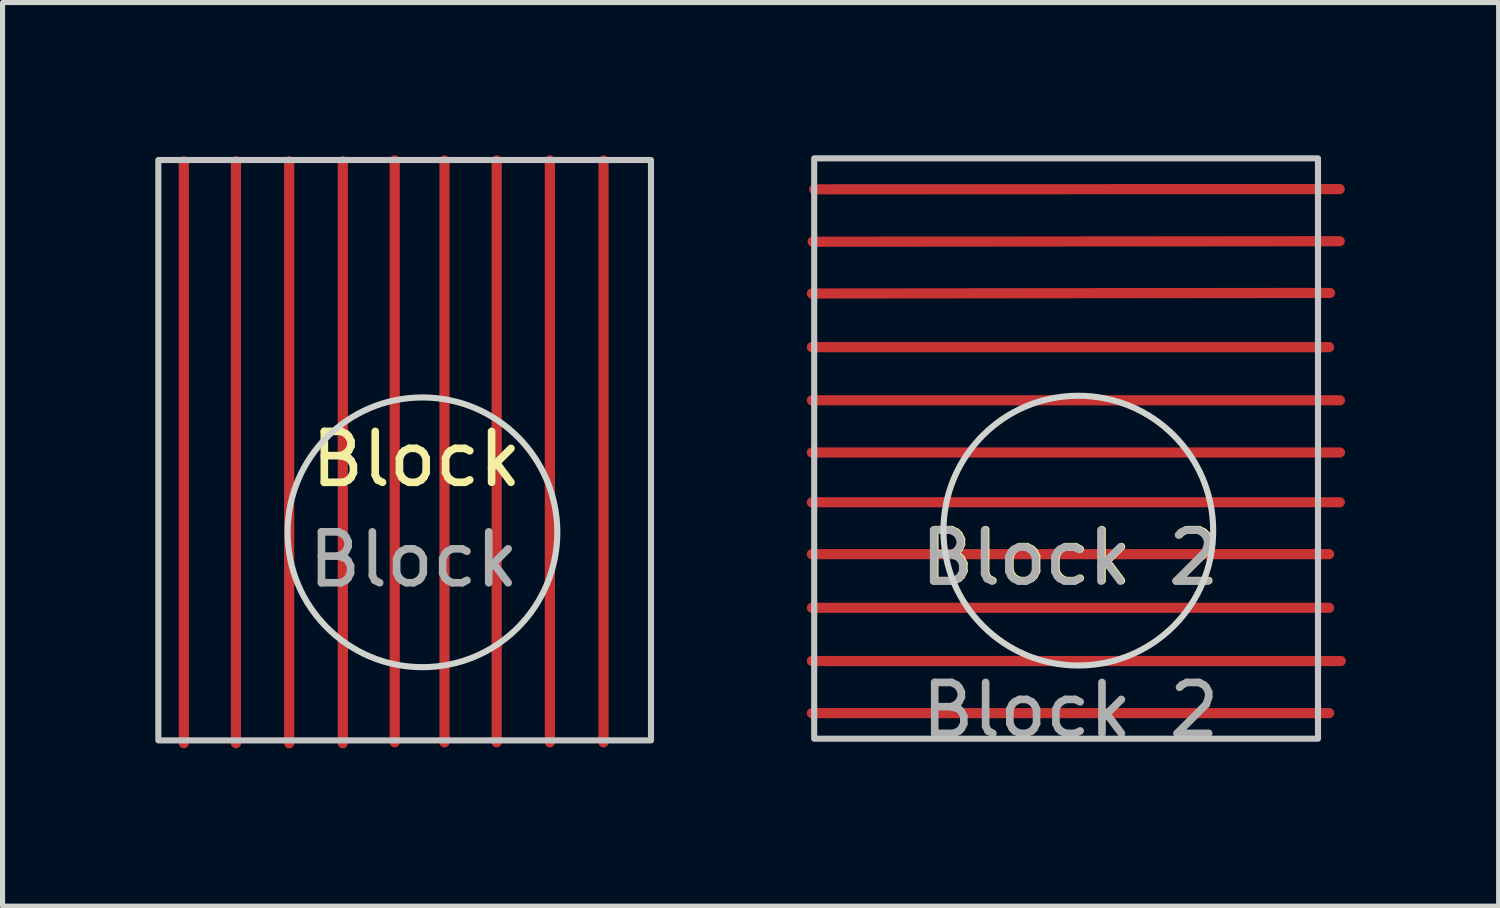
<source format=kicad_pcb>
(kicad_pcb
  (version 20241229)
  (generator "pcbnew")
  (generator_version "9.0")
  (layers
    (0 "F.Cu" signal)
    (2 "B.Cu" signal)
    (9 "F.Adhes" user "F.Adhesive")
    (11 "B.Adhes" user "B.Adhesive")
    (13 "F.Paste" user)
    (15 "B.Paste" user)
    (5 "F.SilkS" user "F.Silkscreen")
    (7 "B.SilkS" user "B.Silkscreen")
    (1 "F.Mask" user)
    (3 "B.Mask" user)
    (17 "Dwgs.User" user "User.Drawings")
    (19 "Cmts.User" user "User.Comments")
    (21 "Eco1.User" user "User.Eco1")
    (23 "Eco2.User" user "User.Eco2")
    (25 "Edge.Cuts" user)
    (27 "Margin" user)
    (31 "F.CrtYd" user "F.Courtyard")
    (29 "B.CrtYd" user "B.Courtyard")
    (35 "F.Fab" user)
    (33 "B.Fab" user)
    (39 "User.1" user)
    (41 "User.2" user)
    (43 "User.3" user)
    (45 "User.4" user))
  (footprint "Block 2"
    (layer "F.Cu")
    (at 17.977 8.4)
    (property "Reference" "Block 2" (at 0 -0.5 0) (unlocked yes) (layer "F.SilkS") (effects (font (size 1 1) (thickness 0.15))))
    (fp_line (start 5.08 -4.631) (end -5.08 -4.631) (stroke (width 0.2) (type solid)) (layer "F.Cu"))
    (fp_line (start 5.08 -0.565) (end -5.08 -0.565) (stroke (width 0.2) (type solid)) (layer "F.Cu"))
    (fp_line (start 5.08 0.489) (end -5.08 0.489) (stroke (width 0.2) (type solid)) (layer "F.Cu"))
    (fp_line (start 5.08 2.558) (end -5.08 2.558) (stroke (width 0.2) (type solid)) (layer "F.Cu"))
    (fp_line (start 5.098 -5.696) (end -5.08 -5.685) (stroke (width 0.2) (type solid)) (layer "F.Cu"))
    (fp_line (start 5.289 -7.736) (end -5.033 -7.731) (stroke (width 0.2) (type solid)) (layer "F.Cu"))
    (fp_line (start 5.289 -6.712) (end -5.064 -6.702) (stroke (width 0.2) (type solid)) (layer "F.Cu"))
    (fp_line (start 5.291 -1.584) (end -5.08 -1.584) (stroke (width 0.2) (type solid)) (layer "F.Cu"))
    (fp_line (start 5.293 -3.587) (end -5.08 -3.587) (stroke (width 0.2) (type solid)) (layer "F.Cu"))
    (fp_line (start 5.293 -2.562) (end -5.08 -2.562) (stroke (width 0.2) (type solid)) (layer "F.Cu"))
    (fp_line (start 5.31 1.534) (end -5.08 1.534) (stroke (width 0.2) (type solid)) (layer "F.Cu"))
    (fp_line (start 5.08 -7.731) (end -5.064 -7.731) (stroke (width 0.2) (type solid)) (layer "F.Mask"))
    (fp_line (start 5.08 -4.622) (end -5.08 -4.622) (stroke (width 0.2) (type solid)) (layer "F.Mask"))
    (fp_line (start 5.08 -0.555) (end -5.08 -0.555) (stroke (width 0.2) (type solid)) (layer "F.Mask"))
    (fp_line (start 5.116 -5.696) (end -5.08 -5.676) (stroke (width 0.2) (type solid)) (layer "F.Mask"))
    (fp_line (start 5.269 -6.702) (end -5.08 -6.702) (stroke (width 0.2) (type solid)) (layer "F.Mask"))
    (fp_line (start 5.271 -1.575) (end -5.08 -1.575) (stroke (width 0.2) (type solid)) (layer "F.Mask"))
    (fp_line (start 5.273 -3.577) (end -5.08 -3.577) (stroke (width 0.2) (type solid)) (layer "F.Mask"))
    (fp_line (start 5.273 -2.553) (end -5.08 -2.54) (stroke (width 0.2) (type solid)) (layer "F.Mask"))
    (fp_line (start 5.289 0.499) (end -5.08 0.499) (stroke (width 0.2) (type solid)) (layer "F.Mask"))
    (fp_line (start 5.289 1.543) (end -5.08 1.543) (stroke (width 0.2) (type solid)) (layer "F.Mask"))
    (fp_line (start 5.289 2.568) (end -5.08 2.568) (stroke (width 0.2) (type solid)) (layer "F.Mask"))
    (fp_circle (center 0.029 -6.128) (end 1.279 -6.128) (stroke (width 0.12) (type solid)) (fill yes) (layer "F.Mask"))
    (fp_circle (center 0.017 -6.126) (end 1.267 -6.126) (stroke (width 0.12) (type solid)) (fill yes) (layer "B.Mask"))
    (fp_rect (start -5.034 -8.34) (end 4.862 3.06) (stroke (width 0.12) (type solid)) (fill no) (layer "Dwgs.User"))
    (fp_circle (center 0.154 -1.027) (end 2.803 -1.027) (stroke (width 0.12) (type solid)) (fill no) (layer "Edge.Cuts"))
    (fp_text user "${REFERENCE}" (at 0 2.5 0) (unlocked yes) (layer "F.Fab") (effects (font (size 1 1) (thickness 0.15))))
    (fp_text user "${REFERENCE}" (at -0.02 -0.492 0) (unlocked yes) (layer "F.Fab") (effects (font (size 1 1) (thickness 0.15)))))
  (footprint "Block"
    (layer "F.Cu")
    (at 5.13 6.469)
    (property "Reference" "Block" (at 0 -0.5 0) (unlocked yes) (layer "F.SilkS") (effects (font (size 1 1) (thickness 0.15))))
    (fp_line (start -4.569 5.08) (end -4.569 -6.35) (stroke (width 0.2) (type solid)) (layer "F.Cu"))
    (fp_line (start -3.545 5.08) (end -3.545 -6.35) (stroke (width 0.2) (type solid)) (layer "F.Cu"))
    (fp_line (start -2.5 5.08) (end -2.5 -6.35) (stroke (width 0.2) (type solid)) (layer "F.Cu"))
    (fp_line (start -1.446 5.08) (end -1.446 -6.35) (stroke (width 0.2) (type solid)) (layer "F.Cu"))
    (fp_line (start -0.427 5.061) (end -0.427 -6.369) (stroke (width 0.2) (type solid)) (layer "F.Cu"))
    (fp_line (start 0.551 5.063) (end 0.551 -6.367) (stroke (width 0.2) (type solid)) (layer "F.Cu"))
    (fp_line (start 1.576 5.063) (end 1.576 -6.367) (stroke (width 0.2) (type solid)) (layer "F.Cu"))
    (fp_line (start 2.621 5.063) (end 2.621 -6.367) (stroke (width 0.2) (type solid)) (layer "F.Cu"))
    (fp_line (start 3.675 5.063) (end 3.675 -6.367) (stroke (width 0.2) (type solid)) (layer "F.Cu"))
    (fp_line (start -4.572 5.128) (end -4.572 -6.302) (stroke (width 0.2) (type solid)) (layer "F.Mask"))
    (fp_line (start -3.547 5.128) (end -3.547 -6.302) (stroke (width 0.2) (type solid)) (layer "F.Mask"))
    (fp_line (start -2.502 5.128) (end -2.502 -6.302) (stroke (width 0.2) (type solid)) (layer "F.Mask"))
    (fp_line (start -1.449 5.128) (end -1.449 -6.302) (stroke (width 0.2) (type solid)) (layer "F.Mask"))
    (fp_line (start -0.429 5.109) (end -0.429 -6.321) (stroke (width 0.2) (type solid)) (layer "F.Mask"))
    (fp_line (start 0.549 5.111) (end 0.549 -6.319) (stroke (width 0.2) (type solid)) (layer "F.Mask"))
    (fp_line (start 1.573 5.111) (end 1.573 -6.319) (stroke (width 0.2) (type solid)) (layer "F.Mask"))
    (fp_line (start 2.618 5.111) (end 2.618 -6.319) (stroke (width 0.2) (type solid)) (layer "F.Mask"))
    (fp_line (start 3.672 5.111) (end 3.672 -6.319) (stroke (width 0.2) (type solid)) (layer "F.Mask"))
    (fp_circle (center -0.007 -4.163) (end 1.243 -4.163) (stroke (width 0.12) (type solid)) (fill yes) (layer "F.Mask"))
    (fp_circle (center -0.019 -4.162) (end 1.231 -4.162) (stroke (width 0.12) (type solid)) (fill yes) (layer "B.Mask"))
    (fp_rect (start -5.07 -6.376) (end 4.607 5.024) (stroke (width 0.12) (type solid)) (fill no) (layer "Dwgs.User"))
    (fp_circle (center 0.118 0.937) (end 2.767 0.937) (stroke (width 0.12) (type solid)) (fill no) (layer "Edge.Cuts"))
    (fp_text user "${REFERENCE}" (at -0.056 1.473 0) (unlocked yes) (layer "F.Fab") (effects (font (size 1 1) (thickness 0.15)))))
  (gr_rect
    (start -3 -3)
    (end 26.387 14.749)
    (stroke (width 0.1) (type default))
    (fill no)
    (layer "Edge.Cuts")))
</source>
